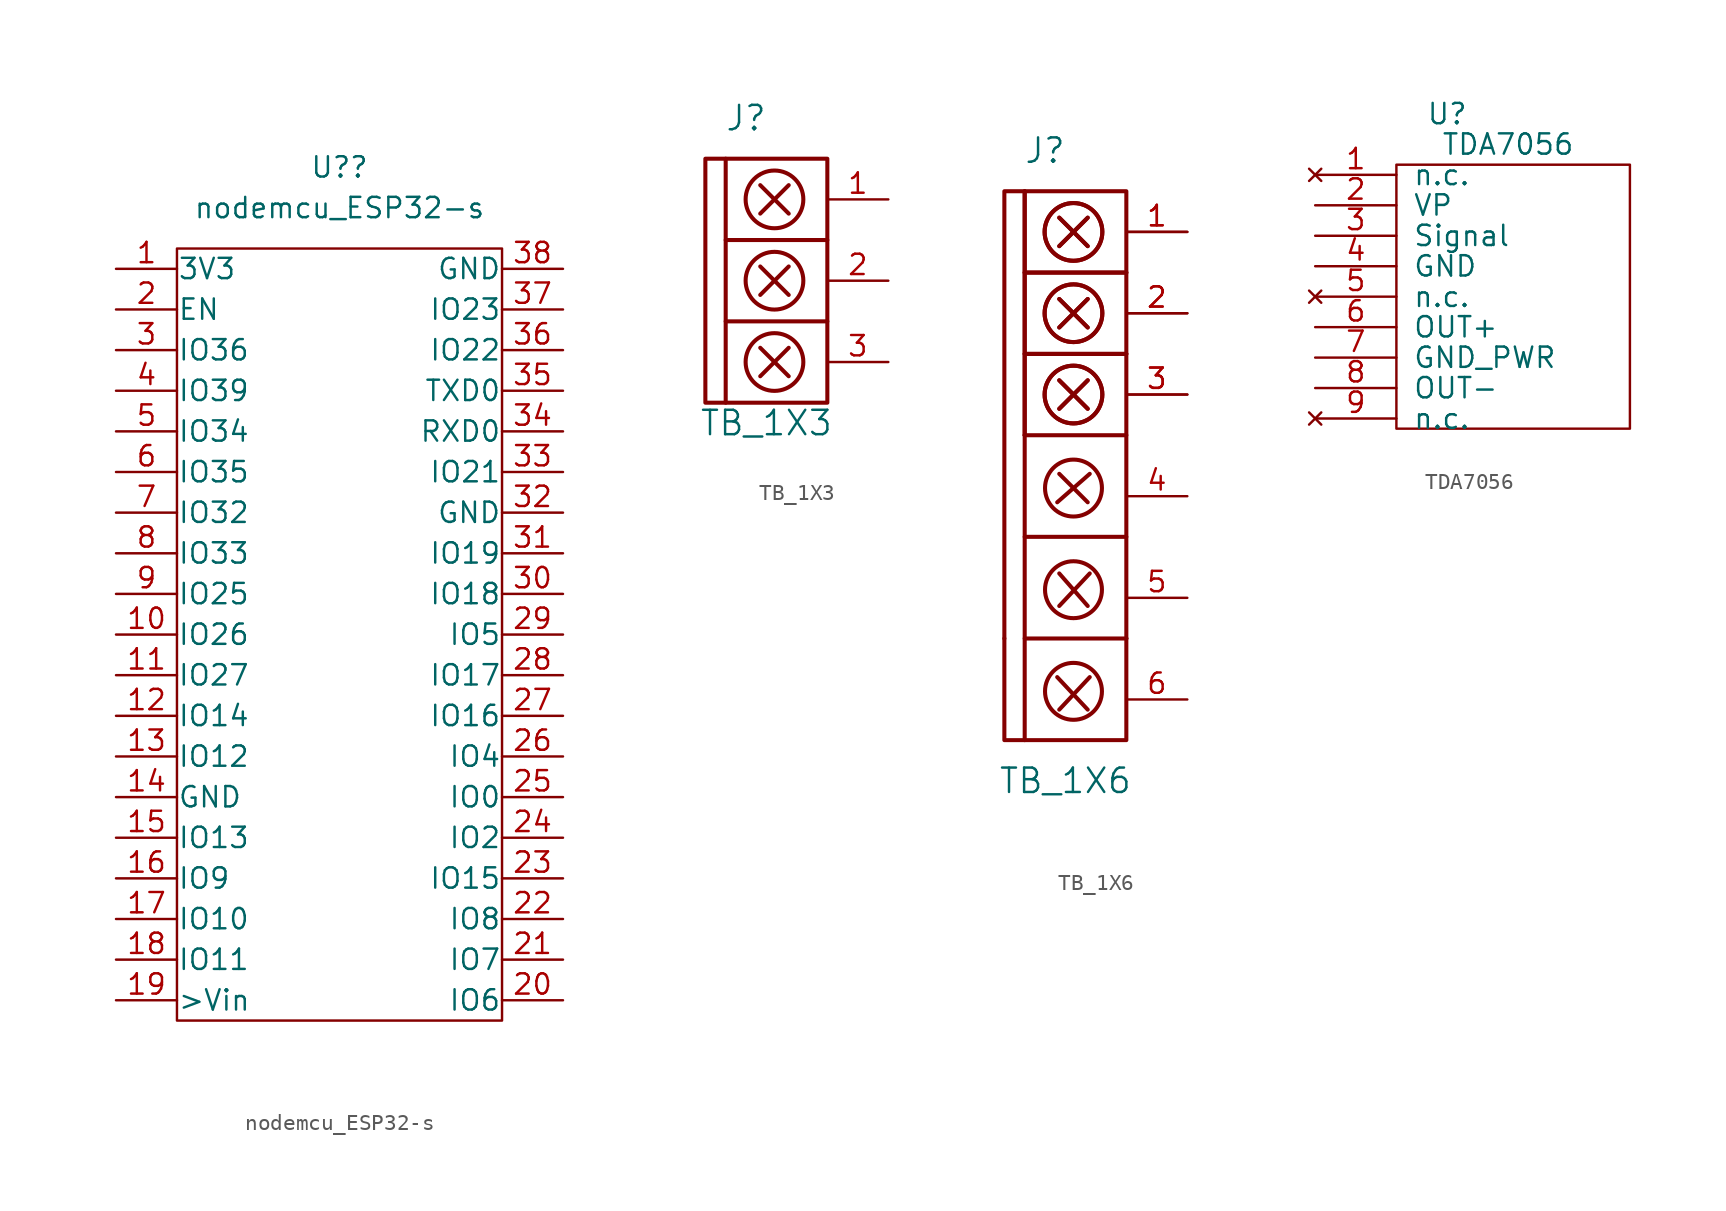
<source format=kicad_sym>
(kicad_symbol_lib
  (version 20211014)
  (generator kicad_symbol_editor)
  (symbol "nodemcu_ESP32-s"
    (pin_names
      (offset 0.025))
    (property "Reference" "U?"
      (at 0 29.21 0)
      (effects (font (size 1.27 1.27))))
    (property "Value" "nodemcu_ESP32-s"
      (at 0 26.67 0)
      (effects (font (size 1.27 1.27))))
    (symbol "nodemcu_ESP32-s_0_1"
      (rectangle (start -10.16 24.13) (end 10.16 -24.13) (stroke (width 0) (type default) (color 0 0 0 0)) (fill (type none))))
    (symbol "nodemcu_ESP32-s_1_1"
      (pin passive line (at -13.97 22.86 0) (length 3.81) (name "3V3" (effects (font (size 1.27 1.27)))) (number "1" (effects (font (size 1.27 1.27)))))
      (pin passive line (at -13.97 0 0) (length 3.81) (name "IO26" (effects (font (size 1.27 1.27)))) (number "10" (effects (font (size 1.27 1.27)))))
      (pin passive line (at -13.97 -2.54 0) (length 3.81) (name "IO27" (effects (font (size 1.27 1.27)))) (number "11" (effects (font (size 1.27 1.27)))))
      (pin passive line (at -13.97 -5.08 0) (length 3.81) (name "IO14" (effects (font (size 1.27 1.27)))) (number "12" (effects (font (size 1.27 1.27)))))
      (pin passive line (at -13.97 -7.62 0) (length 3.81) (name "IO12" (effects (font (size 1.27 1.27)))) (number "13" (effects (font (size 1.27 1.27)))))
      (pin passive line (at -13.97 -10.16 0) (length 3.81) (name "GND" (effects (font (size 1.27 1.27)))) (number "14" (effects (font (size 1.27 1.27)))))
      (pin passive line (at -13.97 -12.7 0) (length 3.81) (name "IO13" (effects (font (size 1.27 1.27)))) (number "15" (effects (font (size 1.27 1.27)))))
      (pin passive line (at -13.97 -15.24 0) (length 3.81) (name "IO9" (effects (font (size 1.27 1.27)))) (number "16" (effects (font (size 1.27 1.27)))))
      (pin passive line (at -13.97 -17.78 0) (length 3.81) (name "IO10" (effects (font (size 1.27 1.27)))) (number "17" (effects (font (size 1.27 1.27)))))
      (pin passive line (at -13.97 -20.32 0) (length 3.81) (name "IO11" (effects (font (size 1.27 1.27)))) (number "18" (effects (font (size 1.27 1.27)))))
      (pin passive line (at -13.97 -22.86 0) (length 3.81) (name ">Vin" (effects (font (size 1.27 1.27)))) (number "19" (effects (font (size 1.27 1.27)))))
      (pin passive line (at -13.97 20.32 0) (length 3.81) (name "EN" (effects (font (size 1.27 1.27)))) (number "2" (effects (font (size 1.27 1.27)))))
      (pin passive line (at 13.97 -22.86 180) (length 3.81) (name "IO6" (effects (font (size 1.27 1.27)))) (number "20" (effects (font (size 1.27 1.27)))))
      (pin passive line (at 13.97 -20.32 180) (length 3.81) (name "IO7" (effects (font (size 1.27 1.27)))) (number "21" (effects (font (size 1.27 1.27)))))
      (pin passive line (at 13.97 -17.78 180) (length 3.81) (name "IO8" (effects (font (size 1.27 1.27)))) (number "22" (effects (font (size 1.27 1.27)))))
      (pin passive line (at 13.97 -15.24 180) (length 3.81) (name "IO15" (effects (font (size 1.27 1.27)))) (number "23" (effects (font (size 1.27 1.27)))))
      (pin passive line (at 13.97 -12.7 180) (length 3.81) (name "IO2" (effects (font (size 1.27 1.27)))) (number "24" (effects (font (size 1.27 1.27)))))
      (pin passive line (at 13.97 -10.16 180) (length 3.81) (name "IO0" (effects (font (size 1.27 1.27)))) (number "25" (effects (font (size 1.27 1.27)))))
      (pin passive line (at 13.97 -7.62 180) (length 3.81) (name "IO4" (effects (font (size 1.27 1.27)))) (number "26" (effects (font (size 1.27 1.27)))))
      (pin passive line (at 13.97 -5.08 180) (length 3.81) (name "IO16" (effects (font (size 1.27 1.27)))) (number "27" (effects (font (size 1.27 1.27)))))
      (pin passive line (at 13.97 -2.54 180) (length 3.81) (name "IO17" (effects (font (size 1.27 1.27)))) (number "28" (effects (font (size 1.27 1.27)))))
      (pin passive line (at 13.97 0 180) (length 3.81) (name "IO5" (effects (font (size 1.27 1.27)))) (number "29" (effects (font (size 1.27 1.27)))))
      (pin passive line (at -13.97 17.78 0) (length 3.81) (name "IO36" (effects (font (size 1.27 1.27)))) (number "3" (effects (font (size 1.27 1.27)))))
      (pin passive line (at 13.97 2.54 180) (length 3.81) (name "IO18" (effects (font (size 1.27 1.27)))) (number "30" (effects (font (size 1.27 1.27)))))
      (pin passive line (at 13.97 5.08 180) (length 3.81) (name "IO19" (effects (font (size 1.27 1.27)))) (number "31" (effects (font (size 1.27 1.27)))))
      (pin passive line (at 13.97 7.62 180) (length 3.81) (name "GND" (effects (font (size 1.27 1.27)))) (number "32" (effects (font (size 1.27 1.27)))))
      (pin passive line (at 13.97 10.16 180) (length 3.81) (name "IO21" (effects (font (size 1.27 1.27)))) (number "33" (effects (font (size 1.27 1.27)))))
      (pin passive line (at 13.97 12.7 180) (length 3.81) (name "RXD0" (effects (font (size 1.27 1.27)))) (number "34" (effects (font (size 1.27 1.27)))))
      (pin passive line (at 13.97 15.24 180) (length 3.81) (name "TXD0" (effects (font (size 1.27 1.27)))) (number "35" (effects (font (size 1.27 1.27)))))
      (pin passive line (at 13.97 17.78 180) (length 3.81) (name "IO22" (effects (font (size 1.27 1.27)))) (number "36" (effects (font (size 1.27 1.27)))))
      (pin passive line (at 13.97 20.32 180) (length 3.81) (name "IO23" (effects (font (size 1.27 1.27)))) (number "37" (effects (font (size 1.27 1.27)))))
      (pin passive line (at 13.97 22.86 180) (length 3.81) (name "GND" (effects (font (size 1.27 1.27)))) (number "38" (effects (font (size 1.27 1.27)))))
      (pin passive line (at -13.97 15.24 0) (length 3.81) (name "IO39" (effects (font (size 1.27 1.27)))) (number "4" (effects (font (size 1.27 1.27)))))
      (pin passive line (at -13.97 12.7 0) (length 3.81) (name "IO34" (effects (font (size 1.27 1.27)))) (number "5" (effects (font (size 1.27 1.27)))))
      (pin passive line (at -13.97 10.16 0) (length 3.81) (name "IO35" (effects (font (size 1.27 1.27)))) (number "6" (effects (font (size 1.27 1.27)))))
      (pin passive line (at -13.97 7.62 0) (length 3.81) (name "IO32" (effects (font (size 1.27 1.27)))) (number "7" (effects (font (size 1.27 1.27)))))
      (pin passive line (at -13.97 5.08 0) (length 3.81) (name "IO33" (effects (font (size 1.27 1.27)))) (number "8" (effects (font (size 1.27 1.27)))))
      (pin passive line (at -13.97 2.54 0) (length 3.81) (name "IO25" (effects (font (size 1.27 1.27)))) (number "9" (effects (font (size 1.27 1.27)))))))
  (symbol "TB_1X3"
    (pin_names
      (offset 1.016))
    (property "Reference" "J"
      (at 0 7.62 0)
      (effects (font (size 1.524 1.524))))
    (property "Value" "TB_1X3"
      (at 1.27 -11.43 0)
      (effects (font (size 1.524 1.524))))
    (property "Footprint" ""
      (at -1.27 1.27 0)
      (effects (font (size 1.524 1.524))))
    (property "Datasheet" ""
      (at -1.27 1.27 0)
      (effects (font (size 1.524 1.524))))
    (symbol "TB_1X3_0_1"
      (rectangle (start -2.54 5.08) (end 5.08 -10.16) (stroke (width 0.254) (type default) (color 0 0 0 0)) (fill (type none)))
      (polyline (pts (xy -1.27 -5.08) (xy 5.08 -5.08)) (stroke (width 0.254) (type default) (color 0 0 0 0)) (fill (type none)))
      (polyline (pts (xy -1.27 0) (xy 5.08 0)) (stroke (width 0.254) (type default) (color 0 0 0 0)) (fill (type none)))
      (polyline (pts (xy -1.27 5.08) (xy -1.27 -10.16)) (stroke (width 0.254) (type default) (color 0 0 0 0)) (fill (type none)))
      (polyline (pts (xy 0.889 -8.509) (xy 2.667 -6.731)) (stroke (width 0.254) (type default) (color 0 0 0 0)) (fill (type none)))
      (polyline (pts (xy 0.889 -6.731) (xy 2.667 -8.509)) (stroke (width 0.254) (type default) (color 0 0 0 0)) (fill (type none)))
      (polyline (pts (xy 0.889 -3.429) (xy 2.667 -1.651)) (stroke (width 0.254) (type default) (color 0 0 0 0)) (fill (type none)))
      (polyline (pts (xy 0.889 -1.651) (xy 2.667 -3.429)) (stroke (width 0.254) (type default) (color 0 0 0 0)) (fill (type none)))
      (polyline (pts (xy 0.889 1.651) (xy 2.667 3.429)) (stroke (width 0.254) (type default) (color 0 0 0 0)) (fill (type none)))
      (polyline (pts (xy 0.889 3.429) (xy 2.667 1.651)) (stroke (width 0.254) (type default) (color 0 0 0 0)) (fill (type none)))
      (circle (center 1.778 -7.62) (radius 1.803) (stroke (width 0.254) (type default) (color 0 0 0 0)) (fill (type none)))
      (circle (center 1.778 -2.54) (radius 1.803) (stroke (width 0.254) (type default) (color 0 0 0 0)) (fill (type none)))
      (circle (center 1.778 2.54) (radius 1.803) (stroke (width 0.254) (type default) (color 0 0 0 0)) (fill (type none))))
    (symbol "TB_1X3_1_1"
      (pin input line (at 8.89 2.54 180) (length 3.81) (name "~" (effects (font (size 1.27 1.27)))) (number "1" (effects (font (size 1.27 1.27)))))
      (pin input line (at 8.89 -2.54 180) (length 3.81) (name "~" (effects (font (size 1.27 1.27)))) (number "2" (effects (font (size 1.27 1.27)))))
      (pin input line (at 8.89 -7.62 180) (length 3.81) (name "~" (effects (font (size 1.27 1.27)))) (number "3" (effects (font (size 1.27 1.27)))))))
  (symbol "TB_1X6"
    (pin_names
      (offset 1.016))
    (property "Reference" "J"
      (at 0 7.62 0)
      (effects (font (size 1.524 1.524))))
    (property "Value" "TB_1X6"
      (at 1.27 -31.75 0)
      (effects (font (size 1.524 1.524))))
    (property "Footprint" ""
      (at -1.27 1.27 0)
      (effects (font (size 1.524 1.524))))
    (property "Datasheet" ""
      (at -1.27 1.27 0)
      (effects (font (size 1.524 1.524))))
    (symbol "TB_1X6_0_1"
      (polyline (pts (xy -1.27 -16.51) (xy 5.08 -16.51)) (stroke (width 0.254) (type default) (color 0 0 0 0)) (fill (type none)))
      (polyline (pts (xy -1.27 -10.16) (xy -1.27 -29.21)) (stroke (width 0.254) (type default) (color 0 0 0 0)) (fill (type none)))
      (polyline (pts (xy -1.27 -5.08) (xy 5.08 -5.08)) (stroke (width 0.254) (type default) (color 0 0 0 0)) (fill (type none)))
      (polyline (pts (xy -1.27 -5.08) (xy 5.08 -5.08)) (stroke (width 0.254) (type default) (color 0 0 0 0)) (fill (type none)))
      (polyline (pts (xy -1.27 0) (xy 5.08 0)) (stroke (width 0.254) (type default) (color 0 0 0 0)) (fill (type none)))
      (polyline (pts (xy -1.27 0) (xy 5.08 0)) (stroke (width 0.254) (type default) (color 0 0 0 0)) (fill (type none)))
      (polyline (pts (xy -1.27 5.08) (xy -1.27 -10.16)) (stroke (width 0.254) (type default) (color 0 0 0 0)) (fill (type none)))
      (polyline (pts (xy -1.27 5.08) (xy -1.27 -10.16)) (stroke (width 0.254) (type default) (color 0 0 0 0)) (fill (type none)))
      (polyline (pts (xy 0.889 -18.796) (xy 2.667 -20.828)) (stroke (width 0.254) (type default) (color 0 0 0 0)) (fill (type none)))
      (polyline (pts (xy 0.889 -12.573) (xy 2.667 -14.351)) (stroke (width 0.254) (type default) (color 0 0 0 0)) (fill (type none)))
      (polyline (pts (xy 0.889 -8.509) (xy 2.667 -6.731)) (stroke (width 0.254) (type default) (color 0 0 0 0)) (fill (type none)))
      (polyline (pts (xy 0.889 -8.509) (xy 2.667 -6.731)) (stroke (width 0.254) (type default) (color 0 0 0 0)) (fill (type none)))
      (polyline (pts (xy 0.889 -6.731) (xy 2.667 -8.509)) (stroke (width 0.254) (type default) (color 0 0 0 0)) (fill (type none)))
      (polyline (pts (xy 0.889 -6.731) (xy 2.667 -8.509)) (stroke (width 0.254) (type default) (color 0 0 0 0)) (fill (type none)))
      (polyline (pts (xy 0.889 -3.429) (xy 2.667 -1.651)) (stroke (width 0.254) (type default) (color 0 0 0 0)) (fill (type none)))
      (polyline (pts (xy 0.889 -3.429) (xy 2.667 -1.651)) (stroke (width 0.254) (type default) (color 0 0 0 0)) (fill (type none)))
      (polyline (pts (xy 0.889 -1.651) (xy 2.667 -3.429)) (stroke (width 0.254) (type default) (color 0 0 0 0)) (fill (type none)))
      (polyline (pts (xy 0.889 -1.651) (xy 2.667 -3.429)) (stroke (width 0.254) (type default) (color 0 0 0 0)) (fill (type none)))
      (polyline (pts (xy 0.889 1.651) (xy 2.667 3.429)) (stroke (width 0.254) (type default) (color 0 0 0 0)) (fill (type none)))
      (polyline (pts (xy 0.889 1.651) (xy 2.667 3.429)) (stroke (width 0.254) (type default) (color 0 0 0 0)) (fill (type none)))
      (polyline (pts (xy 0.889 3.429) (xy 2.667 1.651)) (stroke (width 0.254) (type default) (color 0 0 0 0)) (fill (type none)))
      (polyline (pts (xy 0.889 3.429) (xy 2.667 1.651)) (stroke (width 0.254) (type default) (color 0 0 0 0)) (fill (type none)))
      (polyline (pts (xy 1.778 -13.462) (xy 0.762 -14.351)) (stroke (width 0.254) (type default) (color 0 0 0 0)) (fill (type none)))
      (polyline (pts (xy 1.778 -13.462) (xy 2.794 -12.573)) (stroke (width 0.254) (type default) (color 0 0 0 0)) (fill (type none)))
      (polyline (pts (xy 2.667 -27.305) (xy 0.762 -25.273)) (stroke (width 0.254) (type default) (color 0 0 0 0)) (fill (type none)))
      (polyline (pts (xy 2.794 -25.273) (xy 0.889 -27.305)) (stroke (width 0.254) (type default) (color 0 0 0 0)) (fill (type none)))
      (polyline (pts (xy 2.794 -18.796) (xy 0.889 -20.828)) (stroke (width 0.254) (type default) (color 0 0 0 0)) (fill (type none)))
      (polyline (pts (xy 5.08 -22.86) (xy -1.27 -22.86)) (stroke (width 0.254) (type default) (color 0 0 0 0)) (fill (type none)))
      (polyline (pts (xy 5.08 -10.16) (xy -1.27 -10.16)) (stroke (width 0.254) (type default) (color 0 0 0 0)) (fill (type none)))
      (polyline (pts (xy -2.54 -22.86) (xy -2.54 5.08) (xy 5.08 5.08) (xy 5.08 -22.86)) (stroke (width 0.254) (type default) (color 0 0 0 0)) (fill (type none)))
      (polyline (pts (xy 5.08 -22.86) (xy 5.08 -29.21) (xy -2.54 -29.21) (xy -2.54 -22.86)) (stroke (width 0.254) (type default) (color 0 0 0 0)) (fill (type none)))
      (circle (center 1.778 -26.162) (radius 1.778) (stroke (width 0.254) (type default) (color 0 0 0 0)) (fill (type none)))
      (circle (center 1.778 -19.812) (radius 1.778) (stroke (width 0.254) (type default) (color 0 0 0 0)) (fill (type none)))
      (circle (center 1.778 -13.462) (radius 1.778) (stroke (width 0.254) (type default) (color 0 0 0 0)) (fill (type none)))
      (circle (center 1.778 -7.62) (radius 1.803) (stroke (width 0.254) (type default) (color 0 0 0 0)) (fill (type none)))
      (circle (center 1.778 -7.62) (radius 1.803) (stroke (width 0.254) (type default) (color 0 0 0 0)) (fill (type none)))
      (circle (center 1.778 -2.54) (radius 1.803) (stroke (width 0.254) (type default) (color 0 0 0 0)) (fill (type none)))
      (circle (center 1.778 -2.54) (radius 1.803) (stroke (width 0.254) (type default) (color 0 0 0 0)) (fill (type none)))
      (circle (center 1.778 2.54) (radius 1.803) (stroke (width 0.254) (type default) (color 0 0 0 0)) (fill (type none)))
      (circle (center 1.778 2.54) (radius 1.803) (stroke (width 0.254) (type default) (color 0 0 0 0)) (fill (type none))))
    (symbol "TB_1X6_1_1"
      (pin input line (at 8.89 2.54 180) (length 3.81) (name "~" (effects (font (size 1.27 1.27)))) (number "1" (effects (font (size 1.27 1.27)))))
      (pin input line (at 8.89 2.54 180) (length 3.81) (name "~" (effects (font (size 1.27 1.27)))) (number "1" (effects (font (size 1.27 1.27)))))
      (pin input line (at 8.89 -2.54 180) (length 3.81) (name "~" (effects (font (size 1.27 1.27)))) (number "2" (effects (font (size 1.27 1.27)))))
      (pin input line (at 8.89 -2.54 180) (length 3.81) (name "~" (effects (font (size 1.27 1.27)))) (number "2" (effects (font (size 1.27 1.27)))))
      (pin input line (at 8.89 -7.62 180) (length 3.81) (name "~" (effects (font (size 1.27 1.27)))) (number "3" (effects (font (size 1.27 1.27)))))
      (pin input line (at 8.89 -7.62 180) (length 3.81) (name "~" (effects (font (size 1.27 1.27)))) (number "3" (effects (font (size 1.27 1.27)))))
      (pin input line (at 8.89 -13.97 180) (length 3.81) (name "~" (effects (font (size 1.27 1.27)))) (number "4" (effects (font (size 1.27 1.27)))))
      (pin input line (at 8.89 -20.32 180) (length 3.81) (name "~" (effects (font (size 1.27 1.27)))) (number "5" (effects (font (size 1.27 1.27)))))
      (pin input line (at 8.89 -26.67 180) (length 3.81) (name "~" (effects (font (size 1.27 1.27)))) (number "6" (effects (font (size 1.27 1.27)))))))
  (symbol "TDA7056"
    (pin_names
      (offset 1.016))
    (property "Reference" "U"
      (at -0.635 10.795 0)
      (effects (font (size 1.27 1.27))))
    (property "Value" "TDA7056"
      (at 3.175 8.89 0)
      (effects (font (size 1.27 1.27))))
    (symbol "TDA7056_0_1"
      (rectangle (start -3.81 7.62) (end 10.795 -8.89) (stroke (width 0) (type default) (color 0 0 0 0)) (fill (type none))))
    (symbol "TDA7056_1_1"
      (pin no_connect line (at -8.89 6.985 0) (length 5.08) (name "n.c." (effects (font (size 1.27 1.27)))) (number "1" (effects (font (size 1.27 1.27)))))
      (pin power_in line (at -8.89 5.08 0) (length 5.08) (name "VP" (effects (font (size 1.27 1.27)))) (number "2" (effects (font (size 1.27 1.27)))))
      (pin input line (at -8.89 3.175 0) (length 5.08) (name "Signal" (effects (font (size 1.27 1.27)))) (number "3" (effects (font (size 1.27 1.27)))))
      (pin power_in line (at -8.89 1.27 0) (length 5.08) (name "GND" (effects (font (size 1.27 1.27)))) (number "4" (effects (font (size 1.27 1.27)))))
      (pin no_connect line (at -8.89 -0.635 0) (length 5.08) (name "n.c." (effects (font (size 1.27 1.27)))) (number "5" (effects (font (size 1.27 1.27)))))
      (pin output line (at -8.89 -2.54 0) (length 5.08) (name "OUT+" (effects (font (size 1.27 1.27)))) (number "6" (effects (font (size 1.27 1.27)))))
      (pin power_in line (at -8.89 -4.445 0) (length 5.08) (name "GND_PWR" (effects (font (size 1.27 1.27)))) (number "7" (effects (font (size 1.27 1.27)))))
      (pin output line (at -8.89 -6.35 0) (length 5.08) (name "OUT-" (effects (font (size 1.27 1.27)))) (number "8" (effects (font (size 1.27 1.27)))))
      (pin no_connect line (at -8.89 -8.255 0) (length 5.08) (name "n.c." (effects (font (size 1.27 1.27)))) (number "9" (effects (font (size 1.27 1.27))))))))
</source>
